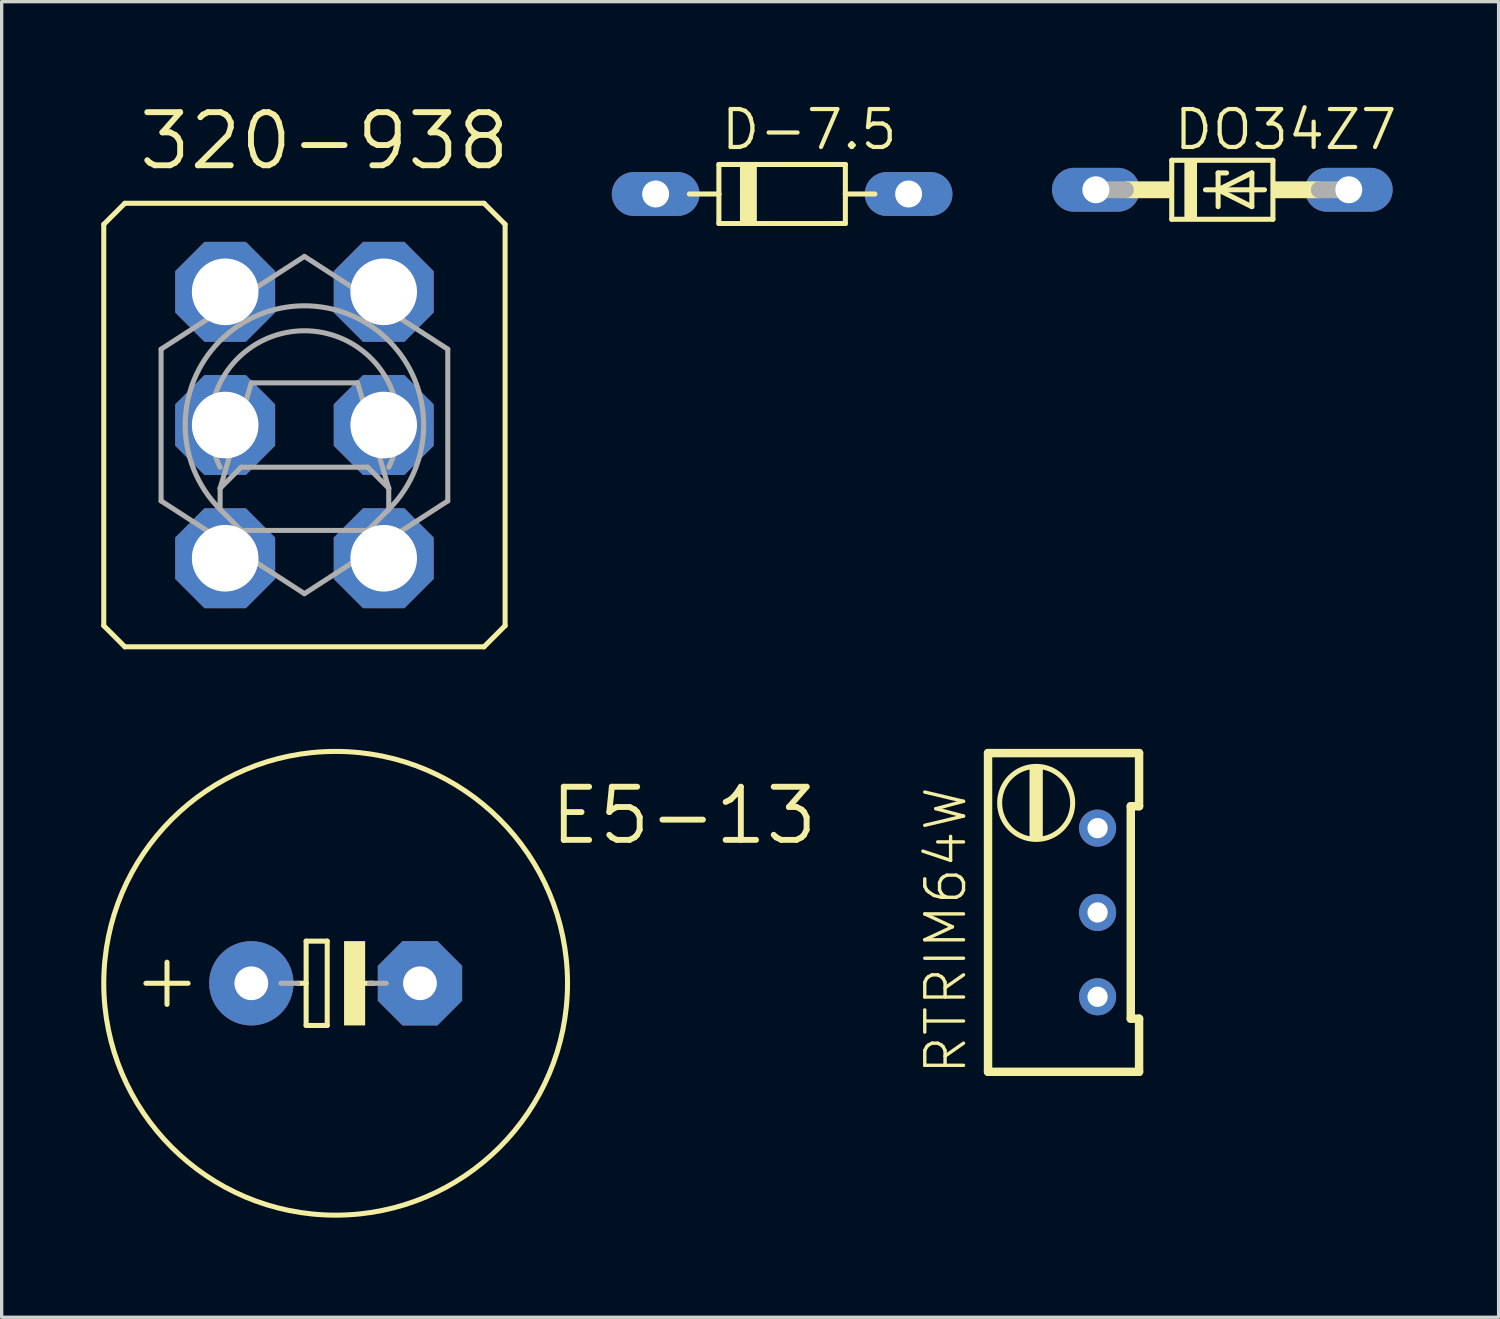
<source format=kicad_pcb>
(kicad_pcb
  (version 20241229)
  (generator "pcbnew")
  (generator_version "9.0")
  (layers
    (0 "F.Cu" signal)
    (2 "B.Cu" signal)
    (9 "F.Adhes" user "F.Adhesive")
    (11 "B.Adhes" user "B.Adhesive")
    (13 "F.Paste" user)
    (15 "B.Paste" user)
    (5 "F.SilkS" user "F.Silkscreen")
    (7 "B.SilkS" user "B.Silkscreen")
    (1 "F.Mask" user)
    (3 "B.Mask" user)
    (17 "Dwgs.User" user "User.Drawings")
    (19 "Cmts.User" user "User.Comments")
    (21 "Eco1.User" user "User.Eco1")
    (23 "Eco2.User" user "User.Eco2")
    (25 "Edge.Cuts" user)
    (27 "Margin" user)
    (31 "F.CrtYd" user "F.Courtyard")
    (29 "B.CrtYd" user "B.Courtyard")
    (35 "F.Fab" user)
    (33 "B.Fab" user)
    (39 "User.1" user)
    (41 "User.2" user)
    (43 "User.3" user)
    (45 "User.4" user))
  (footprint "D-7.5"
    (layer "F.Cu")
    (at 20.511 2.794)
    (property "Reference" "D-7.5" (at -1.905 -1.27 0) (layer "F.SilkS") (effects (font (size 1.143 1.143) (thickness 0.127)) (justify left bottom)))
    (fp_line (start -1.905 -0.889) (end -1.905 0) (stroke (width 0.152) (type solid)) (layer "F.SilkS"))
    (fp_line (start -1.905 0) (end -2.794 0) (stroke (width 0.152) (type solid)) (layer "F.SilkS"))
    (fp_line (start -1.905 0) (end -1.905 0.889) (stroke (width 0.152) (type solid)) (layer "F.SilkS"))
    (fp_line (start -1.905 0.889) (end 1.905 0.889) (stroke (width 0.152) (type solid)) (layer "F.SilkS"))
    (fp_line (start 1.905 -0.889) (end -1.905 -0.889) (stroke (width 0.152) (type solid)) (layer "F.SilkS"))
    (fp_line (start 1.905 0) (end 1.905 -0.889) (stroke (width 0.152) (type solid)) (layer "F.SilkS"))
    (fp_line (start 1.905 0.889) (end 1.905 0) (stroke (width 0.152) (type solid)) (layer "F.SilkS"))
    (fp_line (start 2.794 0) (end 1.905 0) (stroke (width 0.152) (type solid)) (layer "F.SilkS"))
    (fp_poly (pts (xy -1.27 0.889) (xy -0.762 0.889) (xy -0.762 -0.889) (xy -1.27 -0.889)) (stroke (width 0) (type default)) (fill yes) (layer "F.SilkS"))
    (pad "A" thru_hole oval (at 3.81 0) (size 2.642 1.321) (drill 0.813) (layers "*.Cu" "*.Mask"))
    (pad "C" thru_hole oval (at -3.81 0) (size 2.642 1.321) (drill 0.813) (layers "*.Cu" "*.Mask")))
  (footprint "RTRIM64W"
    (layer "F.Cu")
    (at 28.744 24.437)
    (property "Reference" "RTRIM64W" (at -2.62 4.95 90) (layer "F.SilkS") (effects (font (size 1.168 1.168) (thickness 0.102)) (justify left bottom)))
    (fp_line (start -2.03 -4.8) (end 2.52 -4.8) (stroke (width 0.254) (type solid)) (layer "F.SilkS"))
    (fp_line (start -2.03 4.8) (end -2.03 -4.8) (stroke (width 0.254) (type solid)) (layer "F.SilkS"))
    (fp_line (start 2.27 -3.2) (end 2.27 3.2) (stroke (width 0.254) (type solid)) (layer "F.SilkS"))
    (fp_line (start 2.27 3.2) (end 2.52 3.2) (stroke (width 0.254) (type solid)) (layer "F.SilkS"))
    (fp_line (start 2.52 -4.8) (end 2.52 -3.2) (stroke (width 0.254) (type solid)) (layer "F.SilkS"))
    (fp_line (start 2.52 -3.2) (end 2.27 -3.2) (stroke (width 0.254) (type solid)) (layer "F.SilkS"))
    (fp_line (start 2.52 3.2) (end 2.52 4.8) (stroke (width 0.254) (type solid)) (layer "F.SilkS"))
    (fp_line (start 2.52 4.8) (end -2.03 4.8) (stroke (width 0.254) (type solid)) (layer "F.SilkS"))
    (fp_circle (center -0.58 -3.3) (end 0.52 -3.3) (stroke (width 0.152) (type solid)) (fill no) (layer "F.SilkS"))
    (fp_poly (pts (xy -0.78 -2.25) (xy -0.38 -2.25) (xy -0.38 -4.35) (xy -0.78 -4.35)) (stroke (width 0) (type default)) (fill yes) (layer "F.SilkS"))
    (pad "1" thru_hole circle (at 1.27 2.54) (size 1.118 1.118) (drill 0.61) (layers "*.Cu" "*.Mask"))
    (pad "2" thru_hole circle (at 1.27 0) (size 1.118 1.118) (drill 0.61) (layers "*.Cu" "*.Mask"))
    (pad "3" thru_hole circle (at 1.27 -2.54) (size 1.118 1.118) (drill 0.61) (layers "*.Cu" "*.Mask")))
  (footprint "E5-13"
    (layer "F.Cu")
    (at 7.061 26.571)
    (property "Reference" "E5-13" (at 6.375 -4.115 0) (layer "F.SilkS") (effects (font (size 1.6 1.6) (thickness 0.178)) (justify left bottom)))
    (fp_line (start -5.715 0) (end -4.445 0) (stroke (width 0.152) (type solid)) (layer "F.SilkS"))
    (fp_line (start -5.08 0.635) (end -5.08 -0.635) (stroke (width 0.152) (type solid)) (layer "F.SilkS"))
    (fp_line (start -1.143 0) (end -0.889 0) (stroke (width 0.152) (type solid)) (layer "F.SilkS"))
    (fp_line (start -0.889 -1.27) (end -0.889 0) (stroke (width 0.152) (type solid)) (layer "F.SilkS"))
    (fp_line (start -0.889 0) (end -0.889 1.27) (stroke (width 0.152) (type solid)) (layer "F.SilkS"))
    (fp_line (start -0.889 1.27) (end -0.254 1.27) (stroke (width 0.152) (type solid)) (layer "F.SilkS"))
    (fp_line (start -0.254 -1.27) (end -0.889 -1.27) (stroke (width 0.152) (type solid)) (layer "F.SilkS"))
    (fp_line (start -0.254 1.27) (end -0.254 -1.27) (stroke (width 0.152) (type solid)) (layer "F.SilkS"))
    (fp_line (start 0.635 0) (end 1.143 0) (stroke (width 0.152) (type solid)) (layer "F.SilkS"))
    (fp_circle (center 0 0) (end 6.985 0) (stroke (width 0.152) (type solid)) (fill no) (layer "F.SilkS"))
    (fp_poly (pts (xy 0.254 1.27) (xy 0.889 1.27) (xy 0.889 -1.27) (xy 0.254 -1.27)) (stroke (width 0) (type default)) (fill yes) (layer "F.SilkS"))
    (fp_line (start -1.651 0) (end -1.143 0) (stroke (width 0.152) (type solid)) (layer "F.Fab"))
    (fp_line (start 1.016 0) (end 1.524 0) (stroke (width 0.152) (type solid)) (layer "F.Fab"))
    (pad "+" thru_hole circle (at -2.54 0) (size 2.54 2.54) (drill 1.016) (layers "*.Cu" "*.Mask"))
    (pad "-" thru_hole roundrect (at 2.54 0) (size 2.54 2.54) (drill 1.016) (layers "*.Cu" "*.Mask") (roundrect_rratio 0.25) (chamfer_ratio 0.293) (chamfer top_left top_right bottom_left bottom_right)))
  (footprint "DO34Z7"
    (layer "F.Cu")
    (at 33.772 2.667)
    (property "Reference" "DO34Z7" (at -1.524 -1.143 0) (layer "F.SilkS") (effects (font (size 1.143 1.143) (thickness 0.127)) (justify left bottom)))
    (fp_line (start -1.524 -0.889) (end -1.524 0.889) (stroke (width 0.152) (type solid)) (layer "F.SilkS"))
    (fp_line (start -1.524 0.889) (end 1.524 0.889) (stroke (width 0.152) (type solid)) (layer "F.SilkS"))
    (fp_line (start -0.508 0) (end -0.127 0) (stroke (width 0.152) (type solid)) (layer "F.SilkS"))
    (fp_line (start -0.127 -0.508) (end -0.127 0) (stroke (width 0.152) (type solid)) (layer "F.SilkS"))
    (fp_line (start -0.127 0) (end -0.127 0.508) (stroke (width 0.152) (type solid)) (layer "F.SilkS"))
    (fp_line (start -0.127 0) (end 0.889 -0.508) (stroke (width 0.152) (type solid)) (layer "F.SilkS"))
    (fp_line (start -0.127 0) (end 1.27 0) (stroke (width 0.152) (type solid)) (layer "F.SilkS"))
    (fp_line (start 0.127 -0.508) (end -0.127 -0.508) (stroke (width 0.152) (type solid)) (layer "F.SilkS"))
    (fp_line (start 0.889 -0.508) (end 0.889 0.508) (stroke (width 0.152) (type solid)) (layer "F.SilkS"))
    (fp_line (start 0.889 0.508) (end -0.127 0) (stroke (width 0.152) (type solid)) (layer "F.SilkS"))
    (fp_line (start 1.524 -0.889) (end -1.524 -0.889) (stroke (width 0.152) (type solid)) (layer "F.SilkS"))
    (fp_line (start 1.524 0.889) (end 1.524 -0.889) (stroke (width 0.152) (type solid)) (layer "F.SilkS"))
    (fp_poly (pts (xy -2.921 0.254) (xy -1.524 0.254) (xy -1.524 -0.254) (xy -2.921 -0.254)) (stroke (width 0) (type default)) (fill yes) (layer "F.SilkS"))
    (fp_poly (pts (xy -1.143 0.889) (xy -0.762 0.889) (xy -0.762 -0.889) (xy -1.143 -0.889)) (stroke (width 0) (type default)) (fill yes) (layer "F.SilkS"))
    (fp_poly (pts (xy 1.524 0.254) (xy 2.921 0.254) (xy 2.921 -0.254) (xy 1.524 -0.254)) (stroke (width 0) (type default)) (fill yes) (layer "F.SilkS"))
    (fp_line (start -3.81 0) (end -2.921 0) (stroke (width 0.508) (type solid)) (layer "F.Fab"))
    (fp_line (start 3.81 0) (end 2.921 0) (stroke (width 0.508) (type solid)) (layer "F.Fab"))
    (pad "A" thru_hole oval (at 3.81 0) (size 2.642 1.321) (drill 0.813) (layers "*.Cu" "*.Mask"))
    (pad "C" thru_hole oval (at -3.81 0) (size 2.642 1.321) (drill 0.813) (layers "*.Cu" "*.Mask")))
  (footprint "320-938"
    (layer "F.Cu")
    (at 6.121 9.754)
    (property "Reference" "320-938" (at -5.08 -7.62 0) (layer "F.SilkS") (effects (font (size 1.6 1.6) (thickness 0.178)) (justify left bottom)))
    (fp_line (start -6.045 6.045) (end -6.045 -6.045) (stroke (width 0.152) (type solid)) (layer "F.SilkS"))
    (fp_line (start -6.045 6.045) (end -5.41 6.68) (stroke (width 0.152) (type solid)) (layer "F.SilkS"))
    (fp_line (start -5.41 -6.68) (end -6.045 -6.045) (stroke (width 0.152) (type solid)) (layer "F.SilkS"))
    (fp_line (start -5.41 -6.68) (end 5.41 -6.68) (stroke (width 0.152) (type solid)) (layer "F.SilkS"))
    (fp_line (start 5.41 6.68) (end -5.41 6.68) (stroke (width 0.152) (type solid)) (layer "F.SilkS"))
    (fp_line (start 5.41 6.68) (end 6.045 6.045) (stroke (width 0.152) (type solid)) (layer "F.SilkS"))
    (fp_line (start 6.045 -6.045) (end 5.41 -6.68) (stroke (width 0.152) (type solid)) (layer "F.SilkS"))
    (fp_line (start 6.045 -6.045) (end 6.045 6.045) (stroke (width 0.152) (type solid)) (layer "F.SilkS"))
    (fp_line (start -4.318 -2.286) (end -4.318 2.286) (stroke (width 0.152) (type solid)) (layer "F.Fab"))
    (fp_line (start -4.318 2.286) (end 0 5.08) (stroke (width 0.152) (type solid)) (layer "F.Fab"))
    (fp_line (start -2.54 2.54) (end -2.54 1.905) (stroke (width 0.152) (type solid)) (layer "F.Fab"))
    (fp_line (start -2.54 2.54) (end -1.905 3.175) (stroke (width 0.152) (type solid)) (layer "F.Fab"))
    (fp_line (start -1.905 1.27) (end -2.54 1.905) (stroke (width 0.152) (type solid)) (layer "F.Fab"))
    (fp_line (start -1.905 1.27) (end 1.905 1.27) (stroke (width 0.152) (type solid)) (layer "F.Fab"))
    (fp_line (start -1.6 -1.27) (end -2.54 1.905) (stroke (width 0.152) (type solid)) (layer "F.Fab"))
    (fp_line (start -1.6 -1.27) (end 1.6 -1.27) (stroke (width 0.152) (type solid)) (layer "F.Fab"))
    (fp_line (start 0 -5.08) (end -4.318 -2.286) (stroke (width 0.152) (type solid)) (layer "F.Fab"))
    (fp_line (start 0 5.08) (end 4.318 2.286) (stroke (width 0.152) (type solid)) (layer "F.Fab"))
    (fp_line (start 1.6 -1.27) (end 2.54 1.905) (stroke (width 0.152) (type solid)) (layer "F.Fab"))
    (fp_line (start 1.905 1.27) (end 2.54 1.905) (stroke (width 0.152) (type solid)) (layer "F.Fab"))
    (fp_line (start 1.905 3.175) (end -1.905 3.175) (stroke (width 0.152) (type solid)) (layer "F.Fab"))
    (fp_line (start 1.905 3.175) (end 2.54 2.54) (stroke (width 0.152) (type solid)) (layer "F.Fab"))
    (fp_line (start 2.54 1.905) (end 2.54 2.54) (stroke (width 0.152) (type solid)) (layer "F.Fab"))
    (fp_line (start 4.318 -2.286) (end 0 -5.08) (stroke (width 0.152) (type solid)) (layer "F.Fab"))
    (fp_line (start 4.318 -2.286) (end 4.318 2.286) (stroke (width 0.152) (type solid)) (layer "F.Fab"))
    (fp_arc (start -2.54 1.27) (mid 0 -2.839806) (end 2.54 1.27) (stroke (width 0.1524) (type solid)) (layer "F.Fab"))
    (fp_arc (start -2.54 2.54) (mid 0 -3.592102) (end 2.54 2.54) (stroke (width 0.1524) (type solid)) (layer "F.Fab"))
    (pad "1" thru_hole roundrect (at -2.388 -4.013) (size 3.01 3.01) (drill 2.007) (layers "*.Cu" "*.Mask") (roundrect_rratio 0.25) (chamfer_ratio 0.293) (chamfer top_left top_right bottom_left bottom_right))
    (pad "2" thru_hole roundrect (at -2.388 0) (size 3.01 3.01) (drill 2.007) (layers "*.Cu" "*.Mask") (roundrect_rratio 0.25) (chamfer_ratio 0.293) (chamfer top_left top_right bottom_left bottom_right))
    (pad "3" thru_hole roundrect (at -2.388 4.013) (size 3.01 3.01) (drill 2.007) (layers "*.Cu" "*.Mask") (roundrect_rratio 0.25) (chamfer_ratio 0.293) (chamfer top_left top_right bottom_left bottom_right))
    (pad "4" thru_hole roundrect (at 2.388 -4.013) (size 3.01 3.01) (drill 2.007) (layers "*.Cu" "*.Mask") (roundrect_rratio 0.25) (chamfer_ratio 0.293) (chamfer top_left top_right bottom_left bottom_right))
    (pad "5" thru_hole roundrect (at 2.388 0) (size 3.01 3.01) (drill 2.007) (layers "*.Cu" "*.Mask") (roundrect_rratio 0.25) (chamfer_ratio 0.293) (chamfer top_left top_right bottom_left bottom_right))
    (pad "6" thru_hole roundrect (at 2.388 4.013) (size 3.01 3.01) (drill 2.007) (layers "*.Cu" "*.Mask") (roundrect_rratio 0.25) (chamfer_ratio 0.293) (chamfer top_left top_right bottom_left bottom_right)))
  (gr_rect
    (start -3 -3)
    (end 42.095 36.632)
    (stroke (width 0.1) (type default))
    (fill no)
    (layer "Edge.Cuts")))
</source>
